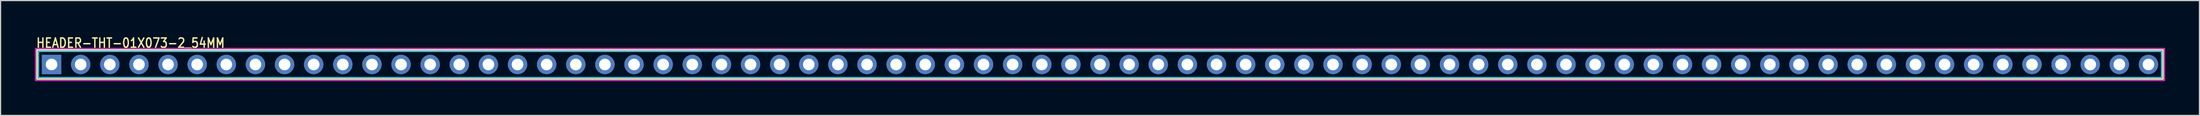
<source format=kicad_pcb>
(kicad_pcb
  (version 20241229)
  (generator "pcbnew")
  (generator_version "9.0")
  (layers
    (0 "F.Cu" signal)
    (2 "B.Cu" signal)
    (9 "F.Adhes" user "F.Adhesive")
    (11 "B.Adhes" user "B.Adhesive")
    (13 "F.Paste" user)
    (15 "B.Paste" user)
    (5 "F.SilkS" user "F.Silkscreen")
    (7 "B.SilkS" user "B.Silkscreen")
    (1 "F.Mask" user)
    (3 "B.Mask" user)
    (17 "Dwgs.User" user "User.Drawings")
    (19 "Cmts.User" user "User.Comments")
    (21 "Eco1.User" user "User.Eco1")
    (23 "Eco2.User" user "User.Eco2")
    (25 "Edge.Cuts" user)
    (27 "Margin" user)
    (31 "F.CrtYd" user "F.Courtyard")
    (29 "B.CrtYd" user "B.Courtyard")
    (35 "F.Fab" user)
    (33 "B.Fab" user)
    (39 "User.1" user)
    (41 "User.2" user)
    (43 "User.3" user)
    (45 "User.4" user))
  (footprint "HEADER-THT-01X073-2_54MM"
    (layer "F.Cu")
    (at 1.447 2.579)
    (property "Reference" "HEADER-THT-01X073-2_54MM" (at -1.4 -1.4 0) (unlocked yes) (layer "F.SilkS") (effects (font (size 0.813 0.695) (thickness 0.122)) (justify left bottom)))
    (fp_line (start -1.27 -1.27) (end -1.27 1.27) (stroke (width 0.127) (type solid)) (layer "F.SilkS"))
    (fp_line (start -1.27 1.27) (end 184.15 1.27) (stroke (width 0.127) (type solid)) (layer "F.SilkS"))
    (fp_line (start 184.15 -1.27) (end -1.27 -1.27) (stroke (width 0.127) (type solid)) (layer "F.SilkS"))
    (fp_line (start 184.15 1.27) (end 184.15 -1.27) (stroke (width 0.127) (type solid)) (layer "F.SilkS"))
    (fp_poly (pts (xy -1.143 -1.143) (xy 184.023 -1.143) (xy 184.023 1.143) (xy -1.143 1.143)) (stroke (width 0.1) (type solid)) (fill no) (layer "B.CrtYd"))
    (fp_poly (pts (xy -1.397 -1.397) (xy 184.277 -1.397) (xy 184.277 1.397) (xy -1.397 1.397)) (stroke (width 0.1) (type solid)) (fill no) (layer "F.CrtYd"))
    (pad "P$1" thru_hole rect (at 0 0) (size 1.693 1.693) (drill 1.016) (layers "*.Cu" "*.Mask"))
    (pad "P$2" thru_hole oval (at 2.54 0) (size 1.693 1.693) (drill 1.016) (layers "*.Cu" "*.Mask"))
    (pad "P$3" thru_hole oval (at 5.08 0) (size 1.693 1.693) (drill 1.016) (layers "*.Cu" "*.Mask"))
    (pad "P$4" thru_hole oval (at 7.62 0) (size 1.693 1.693) (drill 1.016) (layers "*.Cu" "*.Mask"))
    (pad "P$5" thru_hole oval (at 10.16 0) (size 1.693 1.693) (drill 1.016) (layers "*.Cu" "*.Mask"))
    (pad "P$6" thru_hole oval (at 12.7 0) (size 1.693 1.693) (drill 1.016) (layers "*.Cu" "*.Mask"))
    (pad "P$7" thru_hole oval (at 15.24 0) (size 1.693 1.693) (drill 1.016) (layers "*.Cu" "*.Mask"))
    (pad "P$8" thru_hole oval (at 17.78 0) (size 1.693 1.693) (drill 1.016) (layers "*.Cu" "*.Mask"))
    (pad "P$9" thru_hole oval (at 20.32 0) (size 1.693 1.693) (drill 1.016) (layers "*.Cu" "*.Mask"))
    (pad "P$10" thru_hole oval (at 22.86 0) (size 1.693 1.693) (drill 1.016) (layers "*.Cu" "*.Mask"))
    (pad "P$11" thru_hole oval (at 25.4 0) (size 1.693 1.693) (drill 1.016) (layers "*.Cu" "*.Mask"))
    (pad "P$12" thru_hole oval (at 27.94 0) (size 1.693 1.693) (drill 1.016) (layers "*.Cu" "*.Mask"))
    (pad "P$13" thru_hole oval (at 30.48 0) (size 1.693 1.693) (drill 1.016) (layers "*.Cu" "*.Mask"))
    (pad "P$14" thru_hole oval (at 33.02 0) (size 1.693 1.693) (drill 1.016) (layers "*.Cu" "*.Mask"))
    (pad "P$15" thru_hole oval (at 35.56 0) (size 1.693 1.693) (drill 1.016) (layers "*.Cu" "*.Mask"))
    (pad "P$16" thru_hole oval (at 38.1 0) (size 1.693 1.693) (drill 1.016) (layers "*.Cu" "*.Mask"))
    (pad "P$17" thru_hole oval (at 40.64 0) (size 1.693 1.693) (drill 1.016) (layers "*.Cu" "*.Mask"))
    (pad "P$18" thru_hole oval (at 43.18 0) (size 1.693 1.693) (drill 1.016) (layers "*.Cu" "*.Mask"))
    (pad "P$19" thru_hole oval (at 45.72 0) (size 1.693 1.693) (drill 1.016) (layers "*.Cu" "*.Mask"))
    (pad "P$20" thru_hole oval (at 48.26 0) (size 1.693 1.693) (drill 1.016) (layers "*.Cu" "*.Mask"))
    (pad "P$21" thru_hole oval (at 50.8 0) (size 1.693 1.693) (drill 1.016) (layers "*.Cu" "*.Mask"))
    (pad "P$22" thru_hole oval (at 53.34 0) (size 1.693 1.693) (drill 1.016) (layers "*.Cu" "*.Mask"))
    (pad "P$23" thru_hole oval (at 55.88 0) (size 1.693 1.693) (drill 1.016) (layers "*.Cu" "*.Mask"))
    (pad "P$24" thru_hole oval (at 58.42 0) (size 1.693 1.693) (drill 1.016) (layers "*.Cu" "*.Mask"))
    (pad "P$25" thru_hole oval (at 60.96 0) (size 1.693 1.693) (drill 1.016) (layers "*.Cu" "*.Mask"))
    (pad "P$26" thru_hole oval (at 63.5 0) (size 1.693 1.693) (drill 1.016) (layers "*.Cu" "*.Mask"))
    (pad "P$27" thru_hole oval (at 66.04 0) (size 1.693 1.693) (drill 1.016) (layers "*.Cu" "*.Mask"))
    (pad "P$28" thru_hole oval (at 68.58 0) (size 1.693 1.693) (drill 1.016) (layers "*.Cu" "*.Mask"))
    (pad "P$29" thru_hole oval (at 71.12 0) (size 1.693 1.693) (drill 1.016) (layers "*.Cu" "*.Mask"))
    (pad "P$30" thru_hole oval (at 73.66 0) (size 1.693 1.693) (drill 1.016) (layers "*.Cu" "*.Mask"))
    (pad "P$31" thru_hole oval (at 76.2 0) (size 1.693 1.693) (drill 1.016) (layers "*.Cu" "*.Mask"))
    (pad "P$32" thru_hole oval (at 78.74 0) (size 1.693 1.693) (drill 1.016) (layers "*.Cu" "*.Mask"))
    (pad "P$33" thru_hole oval (at 81.28 0) (size 1.693 1.693) (drill 1.016) (layers "*.Cu" "*.Mask"))
    (pad "P$34" thru_hole oval (at 83.82 0) (size 1.693 1.693) (drill 1.016) (layers "*.Cu" "*.Mask"))
    (pad "P$35" thru_hole oval (at 86.36 0) (size 1.693 1.693) (drill 1.016) (layers "*.Cu" "*.Mask"))
    (pad "P$36" thru_hole oval (at 88.9 0) (size 1.693 1.693) (drill 1.016) (layers "*.Cu" "*.Mask"))
    (pad "P$37" thru_hole oval (at 91.44 0) (size 1.693 1.693) (drill 1.016) (layers "*.Cu" "*.Mask"))
    (pad "P$38" thru_hole oval (at 93.98 0) (size 1.693 1.693) (drill 1.016) (layers "*.Cu" "*.Mask"))
    (pad "P$39" thru_hole oval (at 96.52 0) (size 1.693 1.693) (drill 1.016) (layers "*.Cu" "*.Mask"))
    (pad "P$40" thru_hole oval (at 99.06 0) (size 1.693 1.693) (drill 1.016) (layers "*.Cu" "*.Mask"))
    (pad "P$41" thru_hole oval (at 101.6 0) (size 1.693 1.693) (drill 1.016) (layers "*.Cu" "*.Mask"))
    (pad "P$42" thru_hole oval (at 104.14 0) (size 1.693 1.693) (drill 1.016) (layers "*.Cu" "*.Mask"))
    (pad "P$43" thru_hole oval (at 106.68 0) (size 1.693 1.693) (drill 1.016) (layers "*.Cu" "*.Mask"))
    (pad "P$44" thru_hole oval (at 109.22 0) (size 1.693 1.693) (drill 1.016) (layers "*.Cu" "*.Mask"))
    (pad "P$45" thru_hole oval (at 111.76 0) (size 1.693 1.693) (drill 1.016) (layers "*.Cu" "*.Mask"))
    (pad "P$46" thru_hole oval (at 114.3 0) (size 1.693 1.693) (drill 1.016) (layers "*.Cu" "*.Mask"))
    (pad "P$47" thru_hole oval (at 116.84 0) (size 1.693 1.693) (drill 1.016) (layers "*.Cu" "*.Mask"))
    (pad "P$48" thru_hole oval (at 119.38 0) (size 1.693 1.693) (drill 1.016) (layers "*.Cu" "*.Mask"))
    (pad "P$49" thru_hole oval (at 121.92 0) (size 1.693 1.693) (drill 1.016) (layers "*.Cu" "*.Mask"))
    (pad "P$50" thru_hole oval (at 124.46 0) (size 1.693 1.693) (drill 1.016) (layers "*.Cu" "*.Mask"))
    (pad "P$51" thru_hole oval (at 127 0) (size 1.693 1.693) (drill 1.016) (layers "*.Cu" "*.Mask"))
    (pad "P$52" thru_hole oval (at 129.54 0) (size 1.693 1.693) (drill 1.016) (layers "*.Cu" "*.Mask"))
    (pad "P$53" thru_hole oval (at 132.08 0) (size 1.693 1.693) (drill 1.016) (layers "*.Cu" "*.Mask"))
    (pad "P$54" thru_hole oval (at 134.62 0) (size 1.693 1.693) (drill 1.016) (layers "*.Cu" "*.Mask"))
    (pad "P$55" thru_hole oval (at 137.16 0) (size 1.693 1.693) (drill 1.016) (layers "*.Cu" "*.Mask"))
    (pad "P$56" thru_hole oval (at 139.7 0) (size 1.693 1.693) (drill 1.016) (layers "*.Cu" "*.Mask"))
    (pad "P$57" thru_hole oval (at 142.24 0) (size 1.693 1.693) (drill 1.016) (layers "*.Cu" "*.Mask"))
    (pad "P$58" thru_hole oval (at 144.78 0) (size 1.693 1.693) (drill 1.016) (layers "*.Cu" "*.Mask"))
    (pad "P$59" thru_hole oval (at 147.32 0) (size 1.693 1.693) (drill 1.016) (layers "*.Cu" "*.Mask"))
    (pad "P$60" thru_hole oval (at 149.86 0) (size 1.693 1.693) (drill 1.016) (layers "*.Cu" "*.Mask"))
    (pad "P$61" thru_hole oval (at 152.4 0) (size 1.693 1.693) (drill 1.016) (layers "*.Cu" "*.Mask"))
    (pad "P$62" thru_hole oval (at 154.94 0) (size 1.693 1.693) (drill 1.016) (layers "*.Cu" "*.Mask"))
    (pad "P$63" thru_hole oval (at 157.48 0) (size 1.693 1.693) (drill 1.016) (layers "*.Cu" "*.Mask"))
    (pad "P$64" thru_hole oval (at 160.02 0) (size 1.693 1.693) (drill 1.016) (layers "*.Cu" "*.Mask"))
    (pad "P$65" thru_hole oval (at 162.56 0) (size 1.693 1.693) (drill 1.016) (layers "*.Cu" "*.Mask"))
    (pad "P$66" thru_hole oval (at 165.1 0) (size 1.693 1.693) (drill 1.016) (layers "*.Cu" "*.Mask"))
    (pad "P$67" thru_hole oval (at 167.64 0) (size 1.693 1.693) (drill 1.016) (layers "*.Cu" "*.Mask"))
    (pad "P$68" thru_hole oval (at 170.18 0) (size 1.693 1.693) (drill 1.016) (layers "*.Cu" "*.Mask"))
    (pad "P$69" thru_hole oval (at 172.72 0) (size 1.693 1.693) (drill 1.016) (layers "*.Cu" "*.Mask"))
    (pad "P$70" thru_hole oval (at 175.26 0) (size 1.693 1.693) (drill 1.016) (layers "*.Cu" "*.Mask"))
    (pad "P$71" thru_hole oval (at 177.8 0) (size 1.693 1.693) (drill 1.016) (layers "*.Cu" "*.Mask"))
    (pad "P$72" thru_hole oval (at 180.34 0) (size 1.693 1.693) (drill 1.016) (layers "*.Cu" "*.Mask"))
    (pad "P$73" thru_hole oval (at 182.88 0) (size 1.693 1.693) (drill 1.016) (layers "*.Cu" "*.Mask")))
  (gr_rect
    (start -3 -3)
    (end 188.774 7.026)
    (stroke (width 0.1) (type default))
    (fill no)
    (layer "Edge.Cuts")))
</source>
